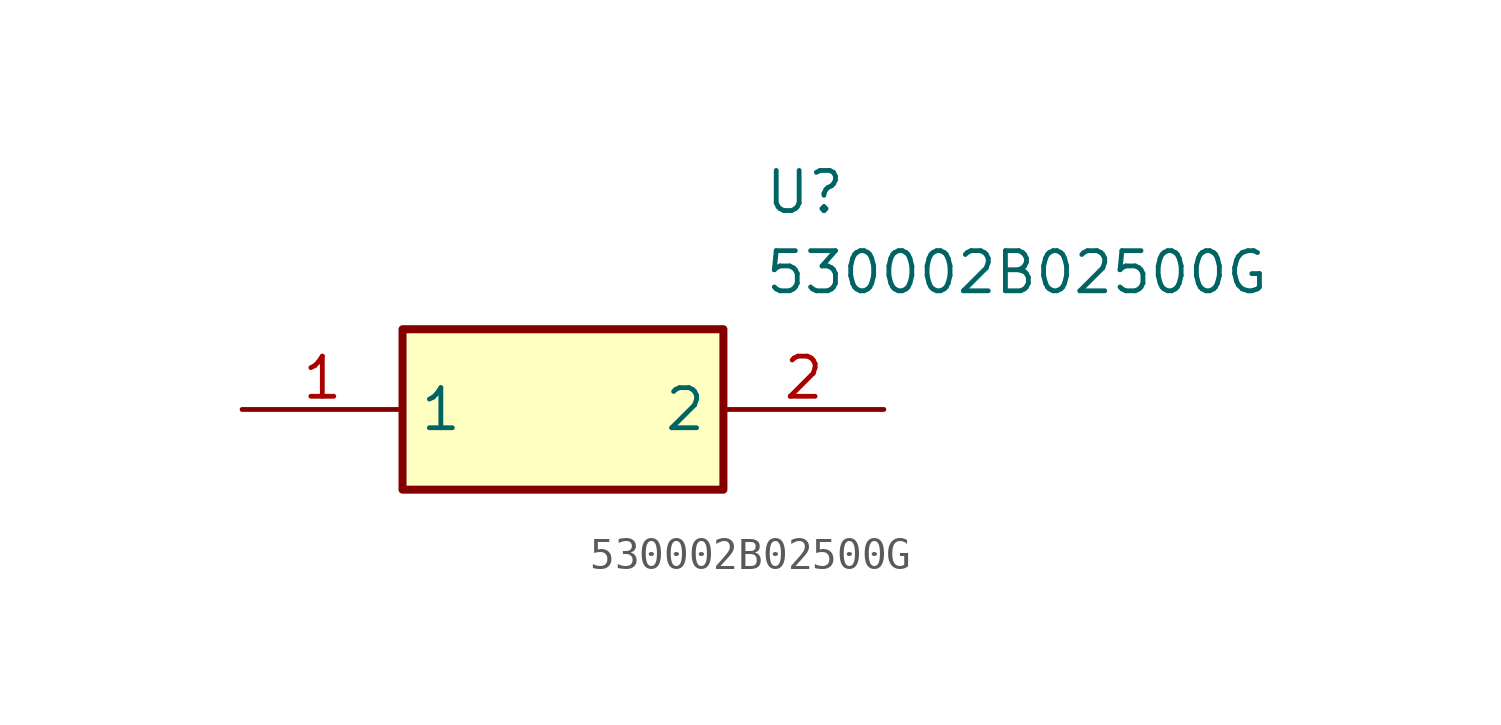
<source format=kicad_sym>
(kicad_symbol_lib
  (version 20211014)
  (generator SamacSys_ECAD_Model)
  (symbol "530002B02500G"
    (property "Reference" "U"
      (at 16.51 7.62 0)
      (effects (font (size 1.27 1.27)) (justify left top)))
    (property "Value" "530002B02500G"
      (at 16.51 5.08 0)
      (effects (font (size 1.27 1.27)) (justify left top)))
    (rectangle
      (start 5.08 2.54)
      (end 15.24 -2.54)
      (stroke (width 0.254) (type default))
      (fill (type background)))
    (pin passive line
      (at 0 0 0)
      (length 5.08)
      (name "1" (effects (font (size 1.27 1.27))))
      (number "1" (effects (font (size 1.27 1.27)))))
    (pin passive line
      (at 20.32 0 180)
      (length 5.08)
      (name "2" (effects (font (size 1.27 1.27))))
      (number "2" (effects (font (size 1.27 1.27)))))))
</source>
